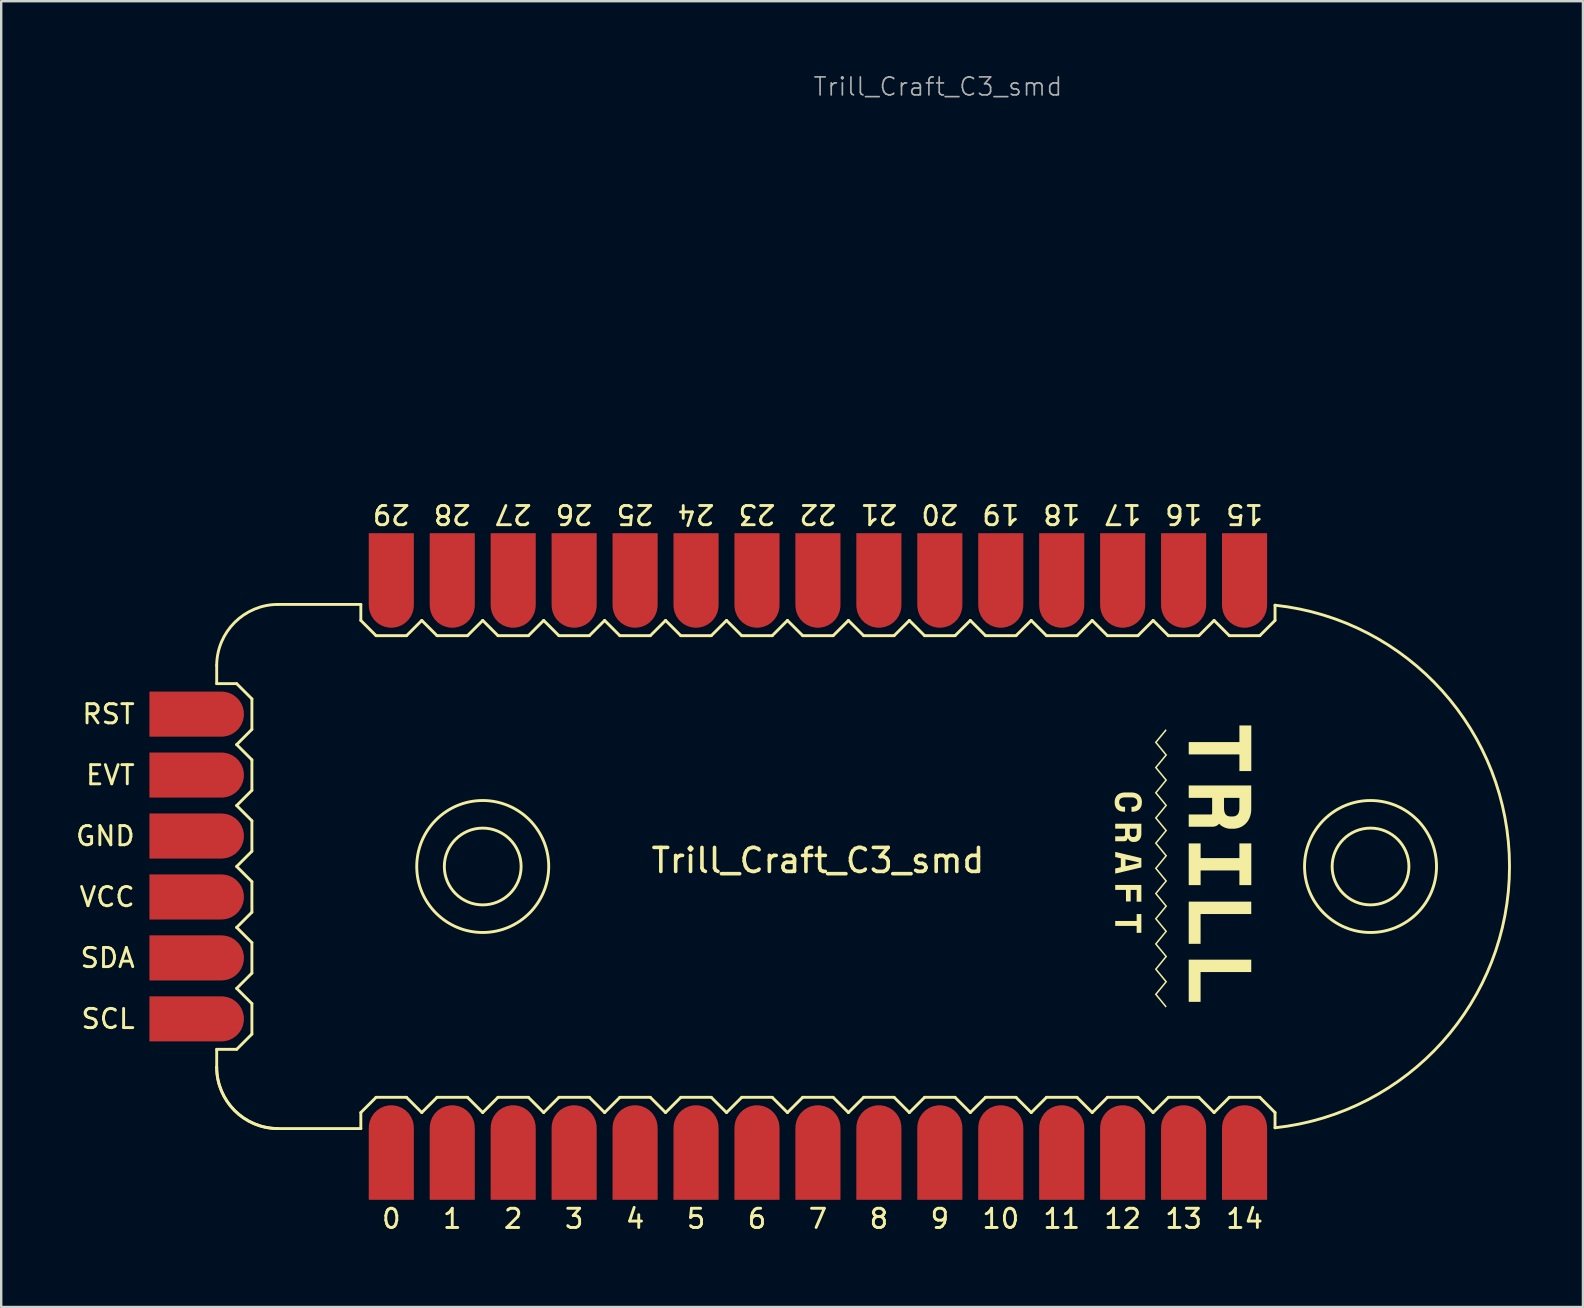
<source format=kicad_pcb>
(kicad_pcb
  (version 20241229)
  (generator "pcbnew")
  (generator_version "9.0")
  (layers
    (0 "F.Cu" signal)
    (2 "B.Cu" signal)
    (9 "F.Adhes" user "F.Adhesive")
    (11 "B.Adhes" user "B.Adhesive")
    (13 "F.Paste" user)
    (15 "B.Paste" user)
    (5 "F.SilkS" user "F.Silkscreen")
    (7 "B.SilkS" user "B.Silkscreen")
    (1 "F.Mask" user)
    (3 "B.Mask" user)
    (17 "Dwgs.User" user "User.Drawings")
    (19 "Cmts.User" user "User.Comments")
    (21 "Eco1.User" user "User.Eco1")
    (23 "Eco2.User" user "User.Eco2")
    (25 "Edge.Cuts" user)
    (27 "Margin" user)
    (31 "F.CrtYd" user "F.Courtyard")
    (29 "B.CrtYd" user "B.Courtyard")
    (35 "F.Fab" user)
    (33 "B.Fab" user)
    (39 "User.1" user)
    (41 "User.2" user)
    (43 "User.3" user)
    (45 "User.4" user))
  (footprint "Trill_Craft_C3_smd"
    (layer "F.Cu")
    (at 31.038 33.062)
    (property "Reference" "Trill_Craft_C3_smd" (at 0 -0.25 0) (unlocked yes) (layer "F.SilkS") (effects (font (size 1 1) (thickness 0.15))))
    (attr smd)
    (fp_line (start -25.057 -8.382) (end -25.057 -7.62) (stroke (width 0.12) (type default)) (layer "F.SilkS"))
    (fp_line (start -25.057 7.62) (end -25.057 8.364) (stroke (width 0.12) (type default)) (layer "F.SilkS"))
    (fp_line (start -24.225 -7.62) (end -25.057 -7.62) (stroke (width 0.12) (type solid)) (layer "F.SilkS"))
    (fp_line (start -24.225 -5.08) (end -23.59 -4.445) (stroke (width 0.12) (type solid)) (layer "F.SilkS"))
    (fp_line (start -24.225 -2.54) (end -23.59 -1.905) (stroke (width 0.12) (type solid)) (layer "F.SilkS"))
    (fp_line (start -24.225 2.54) (end -23.59 3.175) (stroke (width 0.12) (type solid)) (layer "F.SilkS"))
    (fp_line (start -24.225 5.08) (end -23.59 5.715) (stroke (width 0.12) (type solid)) (layer "F.SilkS"))
    (fp_line (start -24.225 7.62) (end -25.057 7.62) (stroke (width 0.12) (type solid)) (layer "F.SilkS"))
    (fp_line (start -23.59 -6.985) (end -24.225 -7.62) (stroke (width 0.12) (type solid)) (layer "F.SilkS"))
    (fp_line (start -23.59 -6.985) (end -23.59 -5.715) (stroke (width 0.12) (type solid)) (layer "F.SilkS"))
    (fp_line (start -23.59 -5.715) (end -24.225 -5.08) (stroke (width 0.12) (type solid)) (layer "F.SilkS"))
    (fp_line (start -23.59 -4.445) (end -23.59 -3.175) (stroke (width 0.12) (type solid)) (layer "F.SilkS"))
    (fp_line (start -23.59 -3.175) (end -24.225 -2.54) (stroke (width 0.12) (type solid)) (layer "F.SilkS"))
    (fp_line (start -23.59 -1.905) (end -23.59 -0.635) (stroke (width 0.12) (type solid)) (layer "F.SilkS"))
    (fp_line (start -23.59 -0.635) (end -24.225 0) (stroke (width 0.12) (type solid)) (layer "F.SilkS"))
    (fp_line (start -23.59 0.635) (end -24.225 0) (stroke (width 0.12) (type solid)) (layer "F.SilkS"))
    (fp_line (start -23.59 0.635) (end -23.59 1.905) (stroke (width 0.12) (type solid)) (layer "F.SilkS"))
    (fp_line (start -23.59 1.905) (end -24.225 2.54) (stroke (width 0.12) (type solid)) (layer "F.SilkS"))
    (fp_line (start -23.59 3.175) (end -23.59 4.445) (stroke (width 0.12) (type solid)) (layer "F.SilkS"))
    (fp_line (start -23.59 4.445) (end -24.225 5.08) (stroke (width 0.12) (type solid)) (layer "F.SilkS"))
    (fp_line (start -23.59 5.715) (end -23.59 6.985) (stroke (width 0.12) (type solid)) (layer "F.SilkS"))
    (fp_line (start -23.59 6.985) (end -24.225 7.62) (stroke (width 0.12) (type solid)) (layer "F.SilkS"))
    (fp_line (start -22.517 10.922) (end -19.05 10.922) (stroke (width 0.12) (type solid)) (layer "F.SilkS"))
    (fp_line (start -22.499 -10.922) (end -19.05 -10.922) (stroke (width 0.12) (type solid)) (layer "F.SilkS"))
    (fp_line (start -19.05 -10.255) (end -19.05 -10.922) (stroke (width 0.12) (type solid)) (layer "F.SilkS"))
    (fp_line (start -19.05 10.255) (end -19.05 10.922) (stroke (width 0.12) (type solid)) (layer "F.SilkS"))
    (fp_line (start -18.415 -9.62) (end -19.05 -10.255) (stroke (width 0.12) (type solid)) (layer "F.SilkS"))
    (fp_line (start -18.415 9.62) (end -19.05 10.255) (stroke (width 0.12) (type solid)) (layer "F.SilkS"))
    (fp_line (start -18.415 9.62) (end -17.145 9.62) (stroke (width 0.12) (type solid)) (layer "F.SilkS"))
    (fp_line (start -17.145 -9.62) (end -18.415 -9.62) (stroke (width 0.12) (type solid)) (layer "F.SilkS"))
    (fp_line (start -17.145 9.62) (end -16.51 10.255) (stroke (width 0.12) (type solid)) (layer "F.SilkS"))
    (fp_line (start -16.51 -10.255) (end -17.145 -9.62) (stroke (width 0.12) (type solid)) (layer "F.SilkS"))
    (fp_line (start -16.51 10.255) (end -15.875 9.62) (stroke (width 0.12) (type solid)) (layer "F.SilkS"))
    (fp_line (start -15.875 -9.62) (end -16.51 -10.255) (stroke (width 0.12) (type solid)) (layer "F.SilkS"))
    (fp_line (start -15.875 9.62) (end -14.605 9.62) (stroke (width 0.12) (type solid)) (layer "F.SilkS"))
    (fp_line (start -14.605 -9.62) (end -15.875 -9.62) (stroke (width 0.12) (type solid)) (layer "F.SilkS"))
    (fp_line (start -14.605 9.62) (end -13.97 10.255) (stroke (width 0.12) (type solid)) (layer "F.SilkS"))
    (fp_line (start -13.97 -10.255) (end -14.605 -9.62) (stroke (width 0.12) (type solid)) (layer "F.SilkS"))
    (fp_line (start -13.97 10.255) (end -13.335 9.62) (stroke (width 0.12) (type solid)) (layer "F.SilkS"))
    (fp_line (start -13.335 -9.62) (end -13.97 -10.255) (stroke (width 0.12) (type solid)) (layer "F.SilkS"))
    (fp_line (start -13.335 9.62) (end -12.065 9.62) (stroke (width 0.12) (type solid)) (layer "F.SilkS"))
    (fp_line (start -12.065 -9.62) (end -13.335 -9.62) (stroke (width 0.12) (type solid)) (layer "F.SilkS"))
    (fp_line (start -12.065 9.62) (end -11.43 10.255) (stroke (width 0.12) (type solid)) (layer "F.SilkS"))
    (fp_line (start -11.43 -10.255) (end -12.065 -9.62) (stroke (width 0.12) (type solid)) (layer "F.SilkS"))
    (fp_line (start -10.795 -9.62) (end -11.43 -10.255) (stroke (width 0.12) (type solid)) (layer "F.SilkS"))
    (fp_line (start -10.795 9.62) (end -11.43 10.255) (stroke (width 0.12) (type solid)) (layer "F.SilkS"))
    (fp_line (start -10.795 9.62) (end -9.525 9.62) (stroke (width 0.12) (type solid)) (layer "F.SilkS"))
    (fp_line (start -9.525 -9.62) (end -10.795 -9.62) (stroke (width 0.12) (type solid)) (layer "F.SilkS"))
    (fp_line (start -9.525 9.62) (end -8.89 10.255) (stroke (width 0.12) (type solid)) (layer "F.SilkS"))
    (fp_line (start -8.89 -10.255) (end -9.525 -9.62) (stroke (width 0.12) (type solid)) (layer "F.SilkS"))
    (fp_line (start -8.89 10.255) (end -8.255 9.62) (stroke (width 0.12) (type solid)) (layer "F.SilkS"))
    (fp_line (start -8.255 -9.62) (end -8.89 -10.255) (stroke (width 0.12) (type solid)) (layer "F.SilkS"))
    (fp_line (start -8.255 9.62) (end -6.985 9.62) (stroke (width 0.12) (type solid)) (layer "F.SilkS"))
    (fp_line (start -6.985 -9.62) (end -8.255 -9.62) (stroke (width 0.12) (type solid)) (layer "F.SilkS"))
    (fp_line (start -6.985 -9.62) (end -6.35 -10.255) (stroke (width 0.12) (type solid)) (layer "F.SilkS"))
    (fp_line (start -6.985 9.62) (end -6.35 10.255) (stroke (width 0.12) (type solid)) (layer "F.SilkS"))
    (fp_line (start -6.35 10.255) (end -5.715 9.62) (stroke (width 0.12) (type solid)) (layer "F.SilkS"))
    (fp_line (start -5.715 -9.62) (end -6.35 -10.255) (stroke (width 0.12) (type solid)) (layer "F.SilkS"))
    (fp_line (start -5.715 9.62) (end -4.445 9.62) (stroke (width 0.12) (type solid)) (layer "F.SilkS"))
    (fp_line (start -4.445 -9.62) (end -5.715 -9.62) (stroke (width 0.12) (type solid)) (layer "F.SilkS"))
    (fp_line (start -4.445 9.62) (end -3.81 10.255) (stroke (width 0.12) (type solid)) (layer "F.SilkS"))
    (fp_line (start -3.81 -10.255) (end -4.445 -9.62) (stroke (width 0.12) (type solid)) (layer "F.SilkS"))
    (fp_line (start -3.175 -9.62) (end -3.81 -10.255) (stroke (width 0.12) (type solid)) (layer "F.SilkS"))
    (fp_line (start -3.175 9.62) (end -3.81 10.255) (stroke (width 0.12) (type solid)) (layer "F.SilkS"))
    (fp_line (start -3.175 9.62) (end -1.905 9.62) (stroke (width 0.12) (type solid)) (layer "F.SilkS"))
    (fp_line (start -1.905 -9.62) (end -3.175 -9.62) (stroke (width 0.12) (type solid)) (layer "F.SilkS"))
    (fp_line (start -1.905 9.62) (end -1.27 10.255) (stroke (width 0.12) (type solid)) (layer "F.SilkS"))
    (fp_line (start -1.27 -10.255) (end -1.905 -9.62) (stroke (width 0.12) (type solid)) (layer "F.SilkS"))
    (fp_line (start -0.635 -9.62) (end -1.27 -10.255) (stroke (width 0.12) (type solid)) (layer "F.SilkS"))
    (fp_line (start -0.635 9.62) (end -1.27 10.255) (stroke (width 0.12) (type solid)) (layer "F.SilkS"))
    (fp_line (start -0.635 9.62) (end 0.635 9.62) (stroke (width 0.12) (type solid)) (layer "F.SilkS"))
    (fp_line (start 0.635 -9.62) (end -0.635 -9.62) (stroke (width 0.12) (type solid)) (layer "F.SilkS"))
    (fp_line (start 0.635 -9.62) (end 1.27 -10.255) (stroke (width 0.12) (type solid)) (layer "F.SilkS"))
    (fp_line (start 0.635 9.62) (end 1.27 10.255) (stroke (width 0.12) (type solid)) (layer "F.SilkS"))
    (fp_line (start 1.27 10.255) (end 1.905 9.62) (stroke (width 0.12) (type solid)) (layer "F.SilkS"))
    (fp_line (start 1.905 -9.62) (end 1.27 -10.255) (stroke (width 0.12) (type solid)) (layer "F.SilkS"))
    (fp_line (start 1.905 9.62) (end 3.175 9.62) (stroke (width 0.12) (type solid)) (layer "F.SilkS"))
    (fp_line (start 3.175 -9.62) (end 1.905 -9.62) (stroke (width 0.12) (type solid)) (layer "F.SilkS"))
    (fp_line (start 3.175 -9.62) (end 3.81 -10.255) (stroke (width 0.12) (type solid)) (layer "F.SilkS"))
    (fp_line (start 3.175 9.62) (end 3.81 10.255) (stroke (width 0.12) (type solid)) (layer "F.SilkS"))
    (fp_line (start 3.81 10.255) (end 4.445 9.62) (stroke (width 0.12) (type solid)) (layer "F.SilkS"))
    (fp_line (start 4.445 -9.62) (end 3.81 -10.255) (stroke (width 0.12) (type solid)) (layer "F.SilkS"))
    (fp_line (start 4.445 9.62) (end 5.715 9.62) (stroke (width 0.12) (type solid)) (layer "F.SilkS"))
    (fp_line (start 5.715 -9.62) (end 4.445 -9.62) (stroke (width 0.12) (type solid)) (layer "F.SilkS"))
    (fp_line (start 5.715 9.62) (end 6.35 10.255) (stroke (width 0.12) (type solid)) (layer "F.SilkS"))
    (fp_line (start 6.35 -10.255) (end 5.715 -9.62) (stroke (width 0.12) (type solid)) (layer "F.SilkS"))
    (fp_line (start 6.985 -9.62) (end 6.35 -10.255) (stroke (width 0.12) (type solid)) (layer "F.SilkS"))
    (fp_line (start 6.985 9.62) (end 6.35 10.255) (stroke (width 0.12) (type solid)) (layer "F.SilkS"))
    (fp_line (start 6.985 9.62) (end 8.255 9.62) (stroke (width 0.12) (type solid)) (layer "F.SilkS"))
    (fp_line (start 8.255 -9.62) (end 6.985 -9.62) (stroke (width 0.12) (type solid)) (layer "F.SilkS"))
    (fp_line (start 8.255 9.62) (end 8.89 10.255) (stroke (width 0.12) (type solid)) (layer "F.SilkS"))
    (fp_line (start 8.89 -10.255) (end 8.255 -9.62) (stroke (width 0.12) (type solid)) (layer "F.SilkS"))
    (fp_line (start 8.89 10.255) (end 9.525 9.62) (stroke (width 0.12) (type solid)) (layer "F.SilkS"))
    (fp_line (start 9.525 -9.62) (end 8.89 -10.255) (stroke (width 0.12) (type solid)) (layer "F.SilkS"))
    (fp_line (start 9.525 9.62) (end 10.795 9.62) (stroke (width 0.12) (type solid)) (layer "F.SilkS"))
    (fp_line (start 10.795 -9.62) (end 9.525 -9.62) (stroke (width 0.12) (type solid)) (layer "F.SilkS"))
    (fp_line (start 10.795 -9.62) (end 11.43 -10.255) (stroke (width 0.12) (type solid)) (layer "F.SilkS"))
    (fp_line (start 10.795 9.62) (end 11.43 10.255) (stroke (width 0.12) (type solid)) (layer "F.SilkS"))
    (fp_line (start 11.43 10.255) (end 12.065 9.62) (stroke (width 0.12) (type solid)) (layer "F.SilkS"))
    (fp_line (start 12.065 -9.62) (end 11.43 -10.255) (stroke (width 0.12) (type solid)) (layer "F.SilkS"))
    (fp_line (start 12.065 9.62) (end 13.335 9.62) (stroke (width 0.12) (type solid)) (layer "F.SilkS"))
    (fp_line (start 13.335 -9.62) (end 12.065 -9.62) (stroke (width 0.12) (type solid)) (layer "F.SilkS"))
    (fp_line (start 13.335 9.62) (end 13.97 10.255) (stroke (width 0.12) (type solid)) (layer "F.SilkS"))
    (fp_line (start 13.97 -10.255) (end 13.335 -9.62) (stroke (width 0.12) (type solid)) (layer "F.SilkS"))
    (fp_line (start 13.97 10.255) (end 14.605 9.62) (stroke (width 0.12) (type solid)) (layer "F.SilkS"))
    (fp_line (start 14.605 -9.62) (end 13.97 -10.255) (stroke (width 0.12) (type solid)) (layer "F.SilkS"))
    (fp_line (start 14.605 9.62) (end 15.875 9.62) (stroke (width 0.12) (type solid)) (layer "F.SilkS"))
    (fp_line (start 15.875 -9.62) (end 14.605 -9.62) (stroke (width 0.12) (type solid)) (layer "F.SilkS"))
    (fp_line (start 15.875 9.62) (end 16.51 10.255) (stroke (width 0.12) (type solid)) (layer "F.SilkS"))
    (fp_line (start 16.51 -10.255) (end 15.875 -9.62) (stroke (width 0.12) (type solid)) (layer "F.SilkS"))
    (fp_line (start 16.51 10.255) (end 17.145 9.62) (stroke (width 0.12) (type solid)) (layer "F.SilkS"))
    (fp_line (start 17.145 -9.62) (end 16.51 -10.255) (stroke (width 0.12) (type solid)) (layer "F.SilkS"))
    (fp_line (start 17.145 9.62) (end 18.415 9.62) (stroke (width 0.12) (type solid)) (layer "F.SilkS"))
    (fp_line (start 18.415 -9.62) (end 17.145 -9.62) (stroke (width 0.12) (type solid)) (layer "F.SilkS"))
    (fp_line (start 18.415 -9.62) (end 19.05 -10.255) (stroke (width 0.12) (type solid)) (layer "F.SilkS"))
    (fp_line (start 18.415 9.62) (end 19.05 10.255) (stroke (width 0.12) (type solid)) (layer "F.SilkS"))
    (fp_line (start 19.05 -10.255) (end 19.05 -10.89) (stroke (width 0.12) (type solid)) (layer "F.SilkS"))
    (fp_line (start 19.05 10.255) (end 19.05 10.89) (stroke (width 0.12) (type solid)) (layer "F.SilkS"))
    (fp_arc (start -25.0571 -8.382) (mid -24.301485 -10.17914) (end -22.499034 -10.922) (stroke (width 0.12) (type solid)) (layer "F.SilkS"))
    (fp_arc (start -22.5171 10.922) (mid -24.31424 10.166385) (end -25.0571 8.363934) (stroke (width 0.12) (type solid)) (layer "F.SilkS"))
    (fp_arc (start -22.5171 10.922) (mid -24.31424 10.166385) (end -25.0571 8.363934) (stroke (width 0.12) (type solid)) (layer "F.SilkS"))
    (fp_arc (start 19.05 -10.89) (mid 28.822762 0) (end 19.05 10.89) (stroke (width 0.12) (type solid)) (layer "F.SilkS"))
    (fp_circle (center -13.97 0) (end -12.37 0) (stroke (width 0.12) (type solid)) (fill no) (layer "F.SilkS"))
    (fp_circle (center -13.97 0) (end -11.22 0) (stroke (width 0.12) (type solid)) (fill no) (layer "F.SilkS"))
    (fp_circle (center 23.03 0) (end 24.63 0) (stroke (width 0.12) (type solid)) (fill no) (layer "F.SilkS"))
    (fp_circle (center 23.03 0) (end 25.78 0) (stroke (width 0.12) (type solid)) (fill no) (layer "F.SilkS"))
    (fp_poly (pts (xy 15.453 -4.671) (xy 15.453 -4.671) (xy 15.453 -4.669)) (stroke (width 0) (type solid)) (fill yes) (layer "F.SilkS"))
    (fp_poly (pts (xy 15.947 1.981) (xy 15.947 3.223) (xy 15.453 3.223) (xy 15.453 1.464) (xy 18.059 1.464) (xy 18.059 1.981)) (stroke (width 0) (type solid)) (fill yes) (layer "F.SilkS"))
    (fp_poly (pts (xy 15.947 4.399) (xy 15.947 5.641) (xy 15.453 5.641) (xy 15.453 3.883) (xy 18.059 3.883) (xy 18.059 4.399)) (stroke (width 0) (type solid)) (fill yes) (layer "F.SilkS"))
    (fp_poly (pts (xy 17.565 -3.977) (xy 17.565 -4.671) (xy 15.453 -4.671) (xy 15.453 -5.185) (xy 17.565 -5.185) (xy 17.565 -5.878) (xy 18.061 -5.878) (xy 18.061 -3.977)) (stroke (width 0) (type solid)) (fill yes) (layer "F.SilkS"))
    (fp_poly (pts (xy 13.283 2.765) (xy 13.283 2.476) (xy 12.389 2.476) (xy 12.389 2.27) (xy 13.283 2.27) (xy 13.283 1.981) (xy 13.479 1.981) (xy 13.479 1.981) (xy 13.479 2.765)) (stroke (width 0) (type solid)) (fill yes) (layer "F.SilkS"))
    (fp_poly (pts (xy 13.283 1.467) (xy 13.283 0.975) (xy 13.034 0.975) (xy 13.034 1.458) (xy 12.838 1.458) (xy 12.838 0.975) (xy 12.389 0.975) (xy 12.389 0.769) (xy 13.479 0.769) (xy 13.479 1.467)) (stroke (width 0) (type solid)) (fill yes) (layer "F.SilkS"))
    (fp_poly (pts (xy 17.565 0.776) (xy 17.565 0.165) (xy 15.949 0.165) (xy 15.949 0.776) (xy 15.453 0.776) (xy 15.453 -0.962) (xy 15.949 -0.962) (xy 15.949 -0.35) (xy 17.565 -0.35) (xy 17.565 -0.962) (xy 18.061 -0.962) (xy 18.061 0.776)) (stroke (width 0) (type solid)) (fill yes) (layer "F.SilkS"))
    (fp_poly (pts (xy 12.389 0.297) (xy 12.389 0.083) (xy 12.623 0.03) (xy 12.623 -0.341) (xy 12.389 -0.394) (xy 12.389 -0.609) (xy 12.819 -0.506) (xy 12.819 -0.297) (xy 12.819 -0.015) (xy 13.376 -0.142) (xy 13.376 -0.17) (xy 12.819 -0.297) (xy 12.819 -0.506) (xy 13.479 -0.349) (xy 13.479 0.038)) (stroke (width 0) (type solid)) (fill yes) (layer "F.SilkS"))
    (fp_poly (pts (xy 14.123 5.328) (xy 14.534 5.831) (xy 14.491 5.878) (xy 14.04 5.328) (xy 14.471 4.803) (xy 14.04 4.279) (xy 14.471 3.752) (xy 14.04 3.228) (xy 14.471 2.702) (xy 14.04 2.177) (xy 14.471 1.652) (xy 14.04 1.127) (xy 14.471 0.603) (xy 14.04 0.076) (xy 14.471 -0.448) (xy 14.04 -0.973) (xy 14.471 -1.499) (xy 14.04 -2.024) (xy 14.471 -2.548) (xy 14.04 -3.073) (xy 14.471 -3.6) (xy 14.04 -4.124) (xy 14.471 -4.648) (xy 14.04 -5.175) (xy 14.491 -5.724) (xy 14.534 -5.675) (xy 14.123 -5.175) (xy 14.554 -4.648) (xy 14.123 -4.124) (xy 14.554 -3.6) (xy 14.123 -3.073) (xy 14.554 -2.548) (xy 14.123 -2.024) (xy 14.554 -1.499) (xy 14.123 -0.973) (xy 14.554 -0.448) (xy 14.123 0.076) (xy 14.554 0.603) (xy 14.123 1.127) (xy 14.554 1.652) (xy 14.123 2.177) (xy 14.554 2.702) (xy 14.123 3.228) (xy 14.554 3.752) (xy 14.123 4.279) (xy 14.554 4.803)) (stroke (width 0) (type solid)) (fill yes) (layer "F.SilkS"))
    (fp_poly (pts (xy 18.058 -2.364) (xy 18.055 -2.315) (xy 18.051 -2.267) (xy 18.047 -2.244) (xy 18.044 -2.221) (xy 18.04 -2.199) (xy 18.035 -2.177) (xy 18.03 -2.155) (xy 18.025 -2.134) (xy 18.019 -2.114) (xy 18.012 -2.093) (xy 18.005 -2.074) (xy 17.998 -2.054) (xy 17.99 -2.035) (xy 17.982 -2.015) (xy 17.974 -1.997) (xy 17.965 -1.978) (xy 17.956 -1.96) (xy 17.946 -1.943) (xy 17.936 -1.926) (xy 17.926 -1.909) (xy 17.916 -1.893) (xy 17.905 -1.877) (xy 17.893 -1.862) (xy 17.882 -1.847) (xy 17.87 -1.832) (xy 17.857 -1.818) (xy 17.844 -1.804) (xy 17.831 -1.79) (xy 17.818 -1.777) (xy 17.804 -1.764) (xy 17.79 -1.752) (xy 17.776 -1.74) (xy 17.762 -1.728) (xy 17.747 -1.717) (xy 17.732 -1.706) (xy 17.717 -1.696) (xy 17.701 -1.686) (xy 17.686 -1.676) (xy 17.67 -1.667) (xy 17.653 -1.658) (xy 17.637 -1.65) (xy 17.62 -1.642) (xy 17.603 -1.635) (xy 17.585 -1.628) (xy 17.568 -1.621) (xy 17.551 -1.615) (xy 17.533 -1.609) (xy 17.516 -1.604) (xy 17.498 -1.599) (xy 17.48 -1.594) (xy 17.462 -1.59) (xy 17.444 -1.587) (xy 17.426 -1.584) (xy 17.408 -1.581) (xy 17.389 -1.579) (xy 17.371 -1.577) (xy 17.352 -1.576) (xy 17.334 -1.575) (xy 17.315 -1.574) (xy 17.296 -1.574) (xy 17.195 -1.574) (xy 17.175 -1.574) (xy 17.155 -1.575) (xy 17.135 -1.577) (xy 17.114 -1.579) (xy 17.094 -1.583) (xy 17.074 -1.586) (xy 17.054 -1.591) (xy 17.034 -1.596) (xy 17.014 -1.602) (xy 16.994 -1.608) (xy 16.974 -1.615) (xy 16.954 -1.623) (xy 16.934 -1.632) (xy 16.914 -1.641) (xy 16.894 -1.651) (xy 16.874 -1.662) (xy 16.863 -1.668) (xy 16.852 -1.674) (xy 16.841 -1.681) (xy 16.831 -1.688) (xy 16.821 -1.695) (xy 16.811 -1.702) (xy 16.801 -1.709) (xy 16.791 -1.717) (xy 16.782 -1.725) (xy 16.773 -1.733) (xy 16.764 -1.741) (xy 16.755 -1.75) (xy 16.746 -1.758) (xy 16.738 -1.767) (xy 16.729 -1.776) (xy 16.721 -1.786) (xy 16.717 -1.78) (xy 16.712 -1.775) (xy 16.707 -1.77) (xy 16.702 -1.764) (xy 16.697 -1.759) (xy 16.691 -1.754) (xy 16.681 -1.743) (xy 16.668 -1.733) (xy 16.655 -1.723) (xy 16.642 -1.714) (xy 16.628 -1.706) (xy 16.613 -1.698) (xy 16.598 -1.691) (xy 16.583 -1.684) (xy 16.566 -1.678) (xy 16.55 -1.673) (xy 16.533 -1.669) (xy 16.515 -1.665) (xy 16.497 -1.662) (xy 16.479 -1.659) (xy 16.46 -1.658) (xy 16.44 -1.657) (xy 16.42 -1.656) (xy 15.453 -1.656) (xy 15.453 -1.652) (xy 15.453 -1.652) (xy 15.453 -2.168) (xy 16.362 -2.168) (xy 16.367 -2.168) (xy 16.372 -2.168) (xy 16.377 -2.168) (xy 16.381 -2.168) (xy 16.386 -2.169) (xy 16.39 -2.169) (xy 16.394 -2.17) (xy 16.398 -2.171) (xy 16.401 -2.171) (xy 16.405 -2.172) (xy 16.408 -2.173) (xy 16.411 -2.175) (xy 16.414 -2.176) (xy 16.416 -2.177) (xy 16.418 -2.179) (xy 16.42 -2.18) (xy 16.421 -2.182) (xy 16.422 -2.186) (xy 16.423 -2.188) (xy 16.424 -2.191) (xy 16.424 -2.194) (xy 16.425 -2.197) (xy 16.426 -2.201) (xy 16.426 -2.205) (xy 16.427 -2.209) (xy 16.427 -2.214) (xy 16.428 -2.219) (xy 16.428 -2.225) (xy 16.428 -2.231) (xy 16.429 -2.237) (xy 16.429 -2.861) (xy 15.453 -2.861) (xy 15.453 -3.378) (xy 16.924 -3.378) (xy 16.924 -2.86) (xy 16.924 -2.444) (xy 16.925 -2.42) (xy 16.925 -2.397) (xy 16.927 -2.375) (xy 16.929 -2.354) (xy 16.932 -2.333) (xy 16.935 -2.313) (xy 16.939 -2.294) (xy 16.943 -2.276) (xy 16.948 -2.259) (xy 16.954 -2.242) (xy 16.96 -2.227) (xy 16.967 -2.212) (xy 16.974 -2.198) (xy 16.982 -2.185) (xy 16.991 -2.173) (xy 17 -2.162) (xy 17.009 -2.153) (xy 17.018 -2.144) (xy 17.029 -2.135) (xy 17.04 -2.128) (xy 17.051 -2.121) (xy 17.063 -2.114) (xy 17.076 -2.109) (xy 17.089 -2.104) (xy 17.103 -2.099) (xy 17.117 -2.095) (xy 17.132 -2.092) (xy 17.148 -2.089) (xy 17.165 -2.087) (xy 17.182 -2.086) (xy 17.199 -2.085) (xy 17.218 -2.084) (xy 17.279 -2.084) (xy 17.295 -2.085) (xy 17.311 -2.086) (xy 17.326 -2.087) (xy 17.34 -2.09) (xy 17.355 -2.092) (xy 17.369 -2.096) (xy 17.382 -2.1) (xy 17.395 -2.105) (xy 17.408 -2.11) (xy 17.42 -2.116) (xy 17.432 -2.123) (xy 17.443 -2.13) (xy 17.454 -2.138) (xy 17.465 -2.147) (xy 17.476 -2.156) (xy 17.486 -2.166) (xy 17.495 -2.177) (xy 17.504 -2.189) (xy 17.513 -2.201) (xy 17.52 -2.215) (xy 17.528 -2.229) (xy 17.534 -2.245) (xy 17.54 -2.261) (xy 17.545 -2.278) (xy 17.55 -2.296) (xy 17.554 -2.315) (xy 17.557 -2.334) (xy 17.56 -2.355) (xy 17.562 -2.376) (xy 17.564 -2.398) (xy 17.565 -2.421) (xy 17.565 -2.444) (xy 17.565 -2.86) (xy 16.924 -2.86) (xy 16.924 -3.378) (xy 18.059 -3.378) (xy 18.059 -2.414)) (stroke (width 0) (type solid)) (fill yes) (layer "F.SilkS"))
    (fp_poly (pts (xy 13.479 -1.345) (xy 13.478 -1.325) (xy 13.476 -1.305) (xy 13.473 -1.286) (xy 13.47 -1.268) (xy 13.468 -1.259) (xy 13.466 -1.251) (xy 13.464 -1.242) (xy 13.461 -1.234) (xy 13.459 -1.226) (xy 13.456 -1.218) (xy 13.453 -1.21) (xy 13.45 -1.202) (xy 13.447 -1.194) (xy 13.443 -1.187) (xy 13.44 -1.18) (xy 13.436 -1.173) (xy 13.432 -1.166) (xy 13.428 -1.159) (xy 13.424 -1.152) (xy 13.42 -1.146) (xy 13.415 -1.14) (xy 13.411 -1.134) (xy 13.406 -1.128) (xy 13.401 -1.122) (xy 13.396 -1.116) (xy 13.391 -1.111) (xy 13.386 -1.106) (xy 13.381 -1.101) (xy 13.375 -1.096) (xy 13.37 -1.091) (xy 13.364 -1.086) (xy 13.359 -1.082) (xy 13.353 -1.077) (xy 13.347 -1.073) (xy 13.341 -1.069) (xy 13.335 -1.065) (xy 13.328 -1.062) (xy 13.322 -1.058) (xy 13.315 -1.055) (xy 13.309 -1.051) (xy 13.302 -1.048) (xy 13.296 -1.045) (xy 13.289 -1.043) (xy 13.282 -1.04) (xy 13.275 -1.038) (xy 13.268 -1.036) (xy 13.261 -1.034) (xy 13.254 -1.032) (xy 13.246 -1.03) (xy 13.239 -1.029) (xy 13.232 -1.027) (xy 13.224 -1.026) (xy 13.217 -1.025) (xy 13.209 -1.024) (xy 13.202 -1.024) (xy 13.194 -1.023) (xy 13.186 -1.023) (xy 13.179 -1.023) (xy 13.141 -1.023) (xy 13.133 -1.023) (xy 13.125 -1.023) (xy 13.117 -1.024) (xy 13.108 -1.025) (xy 13.1 -1.026) (xy 13.092 -1.028) (xy 13.084 -1.03) (xy 13.076 -1.032) (xy 13.069 -1.034) (xy 13.061 -1.037) (xy 13.053 -1.04) (xy 13.046 -1.043) (xy 13.038 -1.047) (xy 13.031 -1.05) (xy 13.023 -1.054) (xy 13.016 -1.059) (xy 13.009 -1.063) (xy 13.002 -1.068) (xy 12.995 -1.074) (xy 12.988 -1.079) (xy 12.982 -1.085) (xy 12.976 -1.091) (xy 12.97 -1.098) (xy 12.964 -1.104) (xy 12.959 -1.111) (xy 12.954 -1.119) (xy 12.949 -1.126) (xy 12.944 -1.134) (xy 12.939 -1.143) (xy 12.935 -1.151) (xy 12.931 -1.16) (xy 12.927 -1.169) (xy 12.898 -1.169) (xy 12.897 -1.163) (xy 12.896 -1.156) (xy 12.895 -1.15) (xy 12.893 -1.143) (xy 12.892 -1.137) (xy 12.889 -1.131) (xy 12.887 -1.126) (xy 12.885 -1.12) (xy 12.882 -1.115) (xy 12.879 -1.11) (xy 12.876 -1.105) (xy 12.872 -1.1) (xy 12.869 -1.095) (xy 12.865 -1.091) (xy 12.861 -1.087) (xy 12.856 -1.083) (xy 12.852 -1.079) (xy 12.847 -1.075) (xy 12.842 -1.072) (xy 12.837 -1.069) (xy 12.832 -1.066) (xy 12.827 -1.063) (xy 12.821 -1.061) (xy 12.816 -1.059) (xy 12.81 -1.057) (xy 12.804 -1.055) (xy 12.798 -1.054) (xy 12.792 -1.053) (xy 12.786 -1.052) (xy 12.779 -1.051) (xy 12.773 -1.051) (xy 12.766 -1.051) (xy 12.389 -1.051) (xy 12.389 -1.256) (xy 12.716 -1.256) (xy 12.721 -1.257) (xy 12.725 -1.257) (xy 12.73 -1.257) (xy 12.734 -1.258) (xy 12.738 -1.258) (xy 12.742 -1.259) (xy 12.746 -1.26) (xy 12.75 -1.261) (xy 12.754 -1.263) (xy 12.757 -1.264) (xy 12.761 -1.266) (xy 12.764 -1.267) (xy 12.768 -1.269) (xy 12.771 -1.271) (xy 12.774 -1.274) (xy 12.777 -1.276) (xy 12.78 -1.278) (xy 12.782 -1.281) (xy 12.785 -1.284) (xy 12.787 -1.287) (xy 12.789 -1.29) (xy 12.791 -1.294) (xy 12.793 -1.298) (xy 12.795 -1.302) (xy 12.796 -1.306) (xy 12.797 -1.31) (xy 12.798 -1.315) (xy 12.799 -1.319) (xy 12.8 -1.324) (xy 12.8 -1.33) (xy 12.8 -1.335) (xy 12.8 -1.34) (xy 12.8 -1.577) (xy 12.389 -1.577) (xy 12.389 -1.783) (xy 12.997 -1.783) (xy 12.997 -1.577) (xy 12.997 -1.381) (xy 12.997 -1.372) (xy 12.997 -1.363) (xy 12.998 -1.354) (xy 12.999 -1.346) (xy 13 -1.338) (xy 13.001 -1.33) (xy 13.003 -1.322) (xy 13.005 -1.315) (xy 13.008 -1.308) (xy 13.01 -1.302) (xy 13.013 -1.295) (xy 13.016 -1.289) (xy 13.02 -1.283) (xy 13.023 -1.278) (xy 13.027 -1.272) (xy 13.032 -1.267) (xy 13.036 -1.263) (xy 13.041 -1.258) (xy 13.046 -1.254) (xy 13.051 -1.25) (xy 13.056 -1.247) (xy 13.062 -1.244) (xy 13.068 -1.241) (xy 13.074 -1.238) (xy 13.08 -1.236) (xy 13.087 -1.234) (xy 13.093 -1.232) (xy 13.1 -1.231) (xy 13.107 -1.23) (xy 13.115 -1.229) (xy 13.122 -1.229) (xy 13.13 -1.229) (xy 13.149 -1.229) (xy 13.156 -1.229) (xy 13.162 -1.229) (xy 13.169 -1.23) (xy 13.175 -1.231) (xy 13.182 -1.232) (xy 13.188 -1.234) (xy 13.194 -1.236) (xy 13.2 -1.238) (xy 13.206 -1.241) (xy 13.211 -1.244) (xy 13.217 -1.247) (xy 13.222 -1.25) (xy 13.228 -1.254) (xy 13.233 -1.258) (xy 13.238 -1.263) (xy 13.243 -1.267) (xy 13.248 -1.272) (xy 13.253 -1.278) (xy 13.257 -1.283) (xy 13.261 -1.289) (xy 13.264 -1.295) (xy 13.267 -1.302) (xy 13.27 -1.308) (xy 13.273 -1.315) (xy 13.275 -1.322) (xy 13.277 -1.33) (xy 13.279 -1.338) (xy 13.281 -1.346) (xy 13.282 -1.354) (xy 13.282 -1.363) (xy 13.283 -1.372) (xy 13.283 -1.381) (xy 13.283 -1.577) (xy 12.997 -1.577) (xy 12.997 -1.783) (xy 13.479 -1.783) (xy 13.479 -1.365)) (stroke (width 0) (type solid)) (fill yes) (layer "F.SilkS"))
    (fp_poly (pts (xy 13.501 -2.657) (xy 13.499 -2.634) (xy 13.497 -2.612) (xy 13.494 -2.59) (xy 13.492 -2.579) (xy 13.49 -2.569) (xy 13.488 -2.559) (xy 13.485 -2.548) (xy 13.483 -2.539) (xy 13.48 -2.529) (xy 13.476 -2.519) (xy 13.473 -2.51) (xy 13.469 -2.501) (xy 13.466 -2.491) (xy 13.462 -2.483) (xy 13.457 -2.474) (xy 13.453 -2.465) (xy 13.449 -2.457) (xy 13.444 -2.449) (xy 13.439 -2.441) (xy 13.434 -2.433) (xy 13.428 -2.426) (xy 13.423 -2.418) (xy 13.417 -2.411) (xy 13.411 -2.404) (xy 13.405 -2.397) (xy 13.399 -2.391) (xy 13.392 -2.384) (xy 13.385 -2.378) (xy 13.379 -2.372) (xy 13.372 -2.366) (xy 13.364 -2.361) (xy 13.357 -2.355) (xy 13.349 -2.35) (xy 13.342 -2.345) (xy 13.334 -2.34) (xy 13.326 -2.336) (xy 13.317 -2.331) (xy 13.309 -2.327) (xy 13.3 -2.323) (xy 13.292 -2.319) (xy 13.283 -2.315) (xy 13.274 -2.311) (xy 13.264 -2.308) (xy 13.255 -2.305) (xy 13.246 -2.302) (xy 13.236 -2.299) (xy 13.226 -2.297) (xy 13.216 -2.295) (xy 13.206 -2.293) (xy 13.196 -2.291) (xy 13.185 -2.289) (xy 13.174 -2.288) (xy 13.164 -2.286) (xy 13.153 -2.285) (xy 13.142 -2.284) (xy 13.119 -2.283) (xy 13.096 -2.283) (xy 13.068 -2.283) (xy 13.068 -2.488) (xy 13.096 -2.488) (xy 13.106 -2.488) (xy 13.116 -2.489) (xy 13.126 -2.489) (xy 13.135 -2.49) (xy 13.145 -2.492) (xy 13.155 -2.493) (xy 13.164 -2.495) (xy 13.174 -2.497) (xy 13.184 -2.5) (xy 13.188 -2.501) (xy 13.193 -2.503) (xy 13.198 -2.504) (xy 13.202 -2.506) (xy 13.207 -2.508) (xy 13.211 -2.51) (xy 13.215 -2.512) (xy 13.22 -2.514) (xy 13.224 -2.516) (xy 13.228 -2.518) (xy 13.232 -2.521) (xy 13.236 -2.523) (xy 13.24 -2.526) (xy 13.244 -2.529) (xy 13.248 -2.531) (xy 13.252 -2.534) (xy 13.256 -2.537) (xy 13.259 -2.54) (xy 13.263 -2.544) (xy 13.266 -2.547) (xy 13.269 -2.551) (xy 13.272 -2.554) (xy 13.276 -2.558) (xy 13.279 -2.562) (xy 13.282 -2.566) (xy 13.284 -2.57) (xy 13.287 -2.574) (xy 13.29 -2.578) (xy 13.292 -2.583) (xy 13.295 -2.587) (xy 13.297 -2.592) (xy 13.299 -2.597) (xy 13.301 -2.602) (xy 13.303 -2.607) (xy 13.305 -2.613) (xy 13.307 -2.618) (xy 13.308 -2.624) (xy 13.309 -2.63) (xy 13.311 -2.636) (xy 13.312 -2.642) (xy 13.312 -2.648) (xy 13.313 -2.654) (xy 13.314 -2.661) (xy 13.314 -2.667) (xy 13.314 -2.674) (xy 13.314 -2.681) (xy 13.314 -2.687) (xy 13.314 -2.694) (xy 13.314 -2.7) (xy 13.313 -2.706) (xy 13.312 -2.712) (xy 13.311 -2.718) (xy 13.311 -2.723) (xy 13.309 -2.729) (xy 13.308 -2.734) (xy 13.307 -2.74) (xy 13.305 -2.745) (xy 13.303 -2.75) (xy 13.301 -2.755) (xy 13.299 -2.76) (xy 13.297 -2.765) (xy 13.295 -2.77) (xy 13.292 -2.774) (xy 13.29 -2.779) (xy 13.287 -2.783) (xy 13.284 -2.788) (xy 13.281 -2.792) (xy 13.278 -2.796) (xy 13.275 -2.8) (xy 13.272 -2.804) (xy 13.269 -2.808) (xy 13.265 -2.812) (xy 13.261 -2.815) (xy 13.258 -2.819) (xy 13.254 -2.822) (xy 13.25 -2.825) (xy 13.246 -2.829) (xy 13.242 -2.832) (xy 13.238 -2.835) (xy 13.233 -2.838) (xy 13.229 -2.841) (xy 13.224 -2.844) (xy 13.22 -2.846) (xy 13.215 -2.849) (xy 13.211 -2.851) (xy 13.206 -2.854) (xy 13.201 -2.856) (xy 13.196 -2.858) (xy 13.191 -2.86) (xy 13.185 -2.862) (xy 13.18 -2.864) (xy 13.175 -2.866) (xy 13.169 -2.867) (xy 13.164 -2.869) (xy 13.153 -2.872) (xy 13.142 -2.874) (xy 13.13 -2.876) (xy 13.119 -2.877) (xy 13.107 -2.879) (xy 13.095 -2.88) (xy 13.083 -2.88) (xy 13.071 -2.88) (xy 12.797 -2.88) (xy 12.784 -2.88) (xy 12.772 -2.88) (xy 12.759 -2.879) (xy 12.747 -2.878) (xy 12.735 -2.876) (xy 12.723 -2.874) (xy 12.711 -2.872) (xy 12.7 -2.869) (xy 12.695 -2.868) (xy 12.689 -2.866) (xy 12.684 -2.865) (xy 12.679 -2.863) (xy 12.674 -2.861) (xy 12.668 -2.86) (xy 12.664 -2.858) (xy 12.659 -2.856) (xy 12.654 -2.853) (xy 12.649 -2.851) (xy 12.645 -2.849) (xy 12.64 -2.846) (xy 12.636 -2.844) (xy 12.631 -2.841) (xy 12.627 -2.838) (xy 12.623 -2.836) (xy 12.619 -2.832) (xy 12.615 -2.829) (xy 12.611 -2.826) (xy 12.608 -2.823) (xy 12.604 -2.819) (xy 12.601 -2.816) (xy 12.597 -2.812) (xy 12.594 -2.808) (xy 12.591 -2.804) (xy 12.588 -2.8) (xy 12.585 -2.796) (xy 12.582 -2.792) (xy 12.58 -2.787) (xy 12.577 -2.783) (xy 12.575 -2.778) (xy 12.572 -2.774) (xy 12.57 -2.769) (xy 12.568 -2.764) (xy 12.566 -2.759) (xy 12.564 -2.754) (xy 12.563 -2.748) (xy 12.561 -2.743) (xy 12.56 -2.737) (xy 12.559 -2.731) (xy 12.558 -2.726) (xy 12.557 -2.72) (xy 12.556 -2.713) (xy 12.555 -2.707) (xy 12.555 -2.701) (xy 12.555 -2.694) (xy 12.554 -2.688) (xy 12.554 -2.681) (xy 12.554 -2.674) (xy 12.555 -2.666) (xy 12.555 -2.659) (xy 12.555 -2.653) (xy 12.556 -2.646) (xy 12.557 -2.64) (xy 12.558 -2.633) (xy 12.559 -2.627) (xy 12.56 -2.621) (xy 12.561 -2.615) (xy 12.563 -2.61) (xy 12.564 -2.604) (xy 12.566 -2.599) (xy 12.568 -2.594) (xy 12.57 -2.589) (xy 12.572 -2.584) (xy 12.575 -2.579) (xy 12.577 -2.575) (xy 12.579 -2.57) (xy 12.582 -2.566) (xy 12.585 -2.562) (xy 12.587 -2.558) (xy 12.59 -2.554) (xy 12.593 -2.55) (xy 12.596 -2.546) (xy 12.6 -2.543) (xy 12.603 -2.539) (xy 12.606 -2.536) (xy 12.61 -2.533) (xy 12.613 -2.53) (xy 12.617 -2.527) (xy 12.621 -2.525) (xy 12.624 -2.522) (xy 12.628 -2.52) (xy 12.632 -2.517) (xy 12.636 -2.515) (xy 12.64 -2.513) (xy 12.645 -2.511) (xy 12.649 -2.509) (xy 12.653 -2.507) (xy 12.658 -2.505) (xy 12.662 -2.503) (xy 12.667 -2.502) (xy 12.671 -2.5) (xy 12.676 -2.499) (xy 12.681 -2.498) (xy 12.686 -2.497) (xy 12.691 -2.496) (xy 12.701 -2.494) (xy 12.711 -2.492) (xy 12.721 -2.491) (xy 12.731 -2.49) (xy 12.741 -2.489) (xy 12.752 -2.488) (xy 12.762 -2.488) (xy 12.773 -2.488) (xy 12.8 -2.488) (xy 12.8 -2.283) (xy 12.773 -2.283) (xy 12.748 -2.283) (xy 12.725 -2.284) (xy 12.703 -2.286) (xy 12.681 -2.289) (xy 12.659 -2.293) (xy 12.639 -2.297) (xy 12.619 -2.302) (xy 12.6 -2.308) (xy 12.582 -2.315) (xy 12.564 -2.322) (xy 12.547 -2.331) (xy 12.531 -2.34) (xy 12.515 -2.35) (xy 12.5 -2.36) (xy 12.486 -2.372) (xy 12.473 -2.384) (xy 12.46 -2.397) (xy 12.448 -2.411) (xy 12.437 -2.426) (xy 12.427 -2.441) (xy 12.417 -2.457) (xy 12.409 -2.474) (xy 12.401 -2.492) (xy 12.394 -2.51) (xy 12.388 -2.529) (xy 12.382 -2.548) (xy 12.378 -2.569) (xy 12.374 -2.59) (xy 12.371 -2.611) (xy 12.369 -2.634) (xy 12.368 -2.657) (xy 12.367 -2.681) (xy 12.368 -2.704) (xy 12.369 -2.726) (xy 12.371 -2.748) (xy 12.375 -2.769) (xy 12.379 -2.79) (xy 12.383 -2.81) (xy 12.389 -2.829) (xy 12.396 -2.848) (xy 12.403 -2.866) (xy 12.412 -2.884) (xy 12.421 -2.901) (xy 12.431 -2.917) (xy 12.443 -2.933) (xy 12.455 -2.948) (xy 12.467 -2.963) (xy 12.481 -2.977) (xy 12.496 -2.99) (xy 12.511 -3.002) (xy 12.527 -3.014) (xy 12.544 -3.024) (xy 12.562 -3.034) (xy 12.581 -3.043) (xy 12.601 -3.051) (xy 12.621 -3.058) (xy 12.642 -3.065) (xy 12.664 -3.07) (xy 12.687 -3.075) (xy 12.71 -3.079) (xy 12.735 -3.082) (xy 12.76 -3.084) (xy 12.786 -3.085) (xy 12.813 -3.086) (xy 13.056 -3.086) (xy 13.081 -3.085) (xy 13.107 -3.084) (xy 13.131 -3.082) (xy 13.155 -3.079) (xy 13.178 -3.075) (xy 13.2 -3.07) (xy 13.222 -3.064) (xy 13.243 -3.058) (xy 13.254 -3.054) (xy 13.264 -3.05) (xy 13.274 -3.046) (xy 13.283 -3.042) (xy 13.293 -3.038) (xy 13.302 -3.033) (xy 13.311 -3.028) (xy 13.32 -3.023) (xy 13.329 -3.018) (xy 13.337 -3.013) (xy 13.345 -3.007) (xy 13.353 -3.002) (xy 13.361 -2.996) (xy 13.369 -2.989) (xy 13.376 -2.983) (xy 13.383 -2.977) (xy 13.39 -2.97) (xy 13.397 -2.963) (xy 13.404 -2.956) (xy 13.41 -2.949) (xy 13.416 -2.941) (xy 13.422 -2.934) (xy 13.428 -2.926) (xy 13.434 -2.918) (xy 13.439 -2.91) (xy 13.444 -2.902) (xy 13.449 -2.894) (xy 13.454 -2.885) (xy 13.458 -2.876) (xy 13.463 -2.868) (xy 13.467 -2.858) (xy 13.471 -2.849) (xy 13.475 -2.84) (xy 13.478 -2.83) (xy 13.481 -2.821) (xy 13.484 -2.811) (xy 13.487 -2.801) (xy 13.489 -2.791) (xy 13.492 -2.78) (xy 13.494 -2.77) (xy 13.495 -2.759) (xy 13.497 -2.748) (xy 13.498 -2.738) (xy 13.499 -2.726) (xy 13.5 -2.715) (xy 13.501 -2.704) (xy 13.501 -2.693) (xy 13.501 -2.681)) (stroke (width 0) (type solid)) (fill yes) (layer "F.SilkS"))
    (fp_text user "13" (at 15.24 14.68 0) (layer "F.SilkS") (effects (font (size 0.8 0.8) (thickness 0.12))))
    (fp_text user "10" (at 7.62 14.68 0) (layer "F.SilkS") (effects (font (size 0.8 0.8) (thickness 0.12))))
    (fp_text user "7" (at 0 14.68 0) (layer "F.SilkS") (effects (font (size 0.8 0.8) (thickness 0.12))))
    (fp_text user "GND" (at -28.4 -1.27 0) (unlocked yes) (layer "F.SilkS") (effects (font (size 0.8 0.8) (thickness 0.12)) (justify right)))
    (fp_text user "24" (at -5.08 -14.68 180) (unlocked yes) (layer "F.SilkS") (effects (font (size 0.8 0.8) (thickness 0.12))))
    (fp_text user "0" (at -17.78 14.68 0) (layer "F.SilkS") (effects (font (size 0.8 0.8) (thickness 0.12))))
    (fp_text user "17" (at 12.7 -14.68 180) (unlocked yes) (layer "F.SilkS") (effects (font (size 0.8 0.8) (thickness 0.12))))
    (fp_text user "26" (at -10.16 -14.68 180) (unlocked yes) (layer "F.SilkS") (effects (font (size 0.8 0.8) (thickness 0.12))))
    (fp_text user "15" (at 17.78 -14.68 180) (unlocked yes) (layer "F.SilkS") (effects (font (size 0.8 0.8) (thickness 0.12))))
    (fp_text user "22" (at 0 -14.68 180) (unlocked yes) (layer "F.SilkS") (effects (font (size 0.8 0.8) (thickness 0.12))))
    (fp_text user "25" (at -7.62 -14.68 180) (unlocked yes) (layer "F.SilkS") (effects (font (size 0.8 0.8) (thickness 0.12))))
    (fp_text user "1" (at -15.24 14.68 0) (layer "F.SilkS") (effects (font (size 0.8 0.8) (thickness 0.12))))
    (fp_text user "21" (at 2.54 -14.68 180) (unlocked yes) (layer "F.SilkS") (effects (font (size 0.8 0.8) (thickness 0.12))))
    (fp_text user "14" (at 17.78 14.68 0) (layer "F.SilkS") (effects (font (size 0.8 0.8) (thickness 0.12))))
    (fp_text user "28" (at -15.24 -14.68 180) (unlocked yes) (layer "F.SilkS") (effects (font (size 0.8 0.8) (thickness 0.12))))
    (fp_text user "2" (at -12.7 14.68 0) (layer "F.SilkS") (effects (font (size 0.8 0.8) (thickness 0.12))))
    (fp_text user "19" (at 7.62 -14.68 180) (unlocked yes) (layer "F.SilkS") (effects (font (size 0.8 0.8) (thickness 0.12))))
    (fp_text user "5" (at -5.08 14.68 0) (layer "F.SilkS") (effects (font (size 0.8 0.8) (thickness 0.12))))
    (fp_text user "20" (at 5.08 -14.68 180) (unlocked yes) (layer "F.SilkS") (effects (font (size 0.8 0.8) (thickness 0.12))))
    (fp_text user "29" (at -17.78 -14.68 180) (unlocked yes) (layer "F.SilkS") (effects (font (size 0.8 0.8) (thickness 0.12))))
    (fp_text user "3" (at -10.16 14.68 0) (layer "F.SilkS") (effects (font (size 0.8 0.8) (thickness 0.12))))
    (fp_text user "SDA" (at -28.4 3.81 0) (unlocked yes) (layer "F.SilkS") (effects (font (size 0.8 0.8) (thickness 0.12)) (justify right)))
    (fp_text user "RST" (at -28.4 -6.35 0) (unlocked yes) (layer "F.SilkS") (effects (font (size 0.8 0.8) (thickness 0.12)) (justify right)))
    (fp_text user "12" (at 12.7 14.68 0) (layer "F.SilkS") (effects (font (size 0.8 0.8) (thickness 0.12))))
    (fp_text user "9" (at 5.08 14.68 0) (layer "F.SilkS") (effects (font (size 0.8 0.8) (thickness 0.12))))
    (fp_text user "6" (at -2.54 14.68 0) (layer "F.SilkS") (effects (font (size 0.8 0.8) (thickness 0.12))))
    (fp_text user "27" (at -12.7 -14.68 180) (unlocked yes) (layer "F.SilkS") (effects (font (size 0.8 0.8) (thickness 0.12))))
    (fp_text user "SCL" (at -28.4 6.35 0) (unlocked yes) (layer "F.SilkS") (effects (font (size 0.8 0.8) (thickness 0.12)) (justify right)))
    (fp_text user "16" (at 15.24 -14.68 180) (unlocked yes) (layer "F.SilkS") (effects (font (size 0.8 0.8) (thickness 0.12))))
    (fp_text user "EVT" (at -28.4 -3.81 0) (unlocked yes) (layer "F.SilkS") (effects (font (size 0.8 0.8) (thickness 0.12)) (justify right)))
    (fp_text user "VCC" (at -28.4 1.27 0) (unlocked yes) (layer "F.SilkS") (effects (font (size 0.8 0.8) (thickness 0.12)) (justify right)))
    (fp_text user "18" (at 10.16 -14.68 180) (unlocked yes) (layer "F.SilkS") (effects (font (size 0.8 0.8) (thickness 0.12))))
    (fp_text user "11" (at 10.16 14.68 0) (layer "F.SilkS") (effects (font (size 0.8 0.8) (thickness 0.12))))
    (fp_text user "8" (at 2.54 14.68 0) (layer "F.SilkS") (effects (font (size 0.8 0.8) (thickness 0.12))))
    (fp_text user "23" (at -2.54 -14.68 180) (unlocked yes) (layer "F.SilkS") (effects (font (size 0.8 0.8) (thickness 0.12))))
    (fp_text user "4" (at -7.62 14.68 0) (layer "F.SilkS") (effects (font (size 0.8 0.8) (thickness 0.12))))
    (fp_text user "${REFERENCE}" (at 5 -32.5 0) (unlocked yes) (layer "F.Fab") (effects (font (size 0.75 0.75) (thickness 0.07))))
    (pad "0" smd custom (at -17.78 10.89 90) (size 1.88 1.88) (layers "F.Cu" "F.Mask" "F.Paste") (options (anchor circle)) (primitives (gr_rect (start -3 -0.94) (end 0 0.94) (width 0) (fill yes))))
    (pad "1" smd custom (at -15.24 10.89 90) (size 1.88 1.88) (layers "F.Cu" "F.Mask" "F.Paste") (options (anchor circle)) (primitives (gr_rect (start -3 -0.94) (end 0 0.94) (width 0) (fill yes))))
    (pad "2" smd custom (at -12.7 10.89 90) (size 1.88 1.88) (layers "F.Cu" "F.Mask" "F.Paste") (options (anchor circle)) (primitives (gr_rect (start -3 -0.94) (end 0 0.94) (width 0) (fill yes))))
    (pad "3" smd custom (at -10.16 10.89 90) (size 1.88 1.88) (layers "F.Cu" "F.Mask" "F.Paste") (options (anchor circle)) (primitives (gr_rect (start -3 -0.94) (end 0 0.94) (width 0) (fill yes))))
    (pad "4" smd custom (at -7.62 10.89 90) (size 1.88 1.88) (layers "F.Cu" "F.Mask" "F.Paste") (options (anchor circle)) (primitives (gr_rect (start -3 -0.94) (end 0 0.94) (width 0) (fill yes))))
    (pad "5" smd custom (at -5.08 10.89 90) (size 1.88 1.88) (layers "F.Cu" "F.Mask" "F.Paste") (options (anchor circle)) (primitives (gr_rect (start -3 -0.94) (end 0 0.94) (width 0) (fill yes))))
    (pad "6" smd custom (at -2.54 10.89 90) (size 1.88 1.88) (layers "F.Cu" "F.Mask" "F.Paste") (options (anchor circle)) (primitives (gr_rect (start -3 -0.94) (end 0 0.94) (width 0) (fill yes))))
    (pad "7" smd custom (at 0 10.89 90) (size 1.88 1.88) (layers "F.Cu" "F.Mask" "F.Paste") (options (anchor circle)) (primitives (gr_rect (start -3 -0.94) (end 0 0.94) (width 0) (fill yes))))
    (pad "8" smd custom (at 2.54 10.89 90) (size 1.88 1.88) (layers "F.Cu" "F.Mask" "F.Paste") (options (anchor circle)) (primitives (gr_rect (start -3 -0.94) (end 0 0.94) (width 0) (fill yes))))
    (pad "9" smd custom (at 5.08 10.89 90) (size 1.88 1.88) (layers "F.Cu" "F.Mask" "F.Paste") (options (anchor circle)) (primitives (gr_rect (start -3 -0.94) (end 0 0.94) (width 0) (fill yes))))
    (pad "10" smd custom (at 7.62 10.89 90) (size 1.88 1.88) (layers "F.Cu" "F.Mask" "F.Paste") (options (anchor circle)) (primitives (gr_rect (start -3 -0.94) (end 0 0.94) (width 0) (fill yes))))
    (pad "11" smd custom (at 10.16 10.89 90) (size 1.88 1.88) (layers "F.Cu" "F.Mask" "F.Paste") (options (anchor circle)) (primitives (gr_rect (start -3 -0.94) (end 0 0.94) (width 0) (fill yes))))
    (pad "12" smd custom (at 12.7 10.89 90) (size 1.88 1.88) (layers "F.Cu" "F.Mask" "F.Paste") (options (anchor circle)) (primitives (gr_rect (start -3 -0.94) (end 0 0.94) (width 0) (fill yes))))
    (pad "13" smd custom (at 15.24 10.89 90) (size 1.88 1.88) (layers "F.Cu" "F.Mask" "F.Paste") (options (anchor circle)) (primitives (gr_rect (start -3 -0.94) (end 0 0.94) (width 0) (fill yes))))
    (pad "14" smd custom (at 17.78 10.89 90) (size 1.88 1.88) (layers "F.Cu" "F.Mask" "F.Paste") (options (anchor circle)) (primitives (gr_rect (start -3 -0.94) (end 0 0.94) (width 0) (fill yes))))
    (pad "15" smd custom (at 17.78 -10.89 270) (size 1.88 1.88) (layers "F.Cu" "F.Mask" "F.Paste") (options (anchor circle)) (primitives (gr_rect (start -3 -0.94) (end 0 0.94) (width 0) (fill yes))))
    (pad "16" smd custom (at 15.24 -10.89 270) (size 1.88 1.88) (layers "F.Cu" "F.Mask" "F.Paste") (options (anchor circle)) (primitives (gr_rect (start -3 -0.94) (end 0 0.94) (width 0) (fill yes))))
    (pad "17" smd custom (at 12.7 -10.89 270) (size 1.88 1.88) (layers "F.Cu" "F.Mask" "F.Paste") (options (anchor circle)) (primitives (gr_rect (start -3 -0.94) (end 0 0.94) (width 0) (fill yes))))
    (pad "18" smd custom (at 10.16 -10.89 270) (size 1.88 1.88) (layers "F.Cu" "F.Mask" "F.Paste") (options (anchor circle)) (primitives (gr_rect (start -3 -0.94) (end 0 0.94) (width 0) (fill yes))))
    (pad "19" smd custom (at 7.62 -10.89 270) (size 1.88 1.88) (layers "F.Cu" "F.Mask" "F.Paste") (options (anchor circle)) (primitives (gr_rect (start -3 -0.94) (end 0 0.94) (width 0) (fill yes))))
    (pad "20" smd custom (at 5.08 -10.89 270) (size 1.88 1.88) (layers "F.Cu" "F.Mask" "F.Paste") (options (anchor circle)) (primitives (gr_rect (start -3 -0.94) (end 0 0.94) (width 0) (fill yes))))
    (pad "21" smd custom (at 2.54 -10.89 270) (size 1.88 1.88) (layers "F.Cu" "F.Mask" "F.Paste") (options (anchor circle)) (primitives (gr_rect (start -3 -0.94) (end 0 0.94) (width 0) (fill yes))))
    (pad "22" smd custom (at 0 -10.89 270) (size 1.88 1.88) (layers "F.Cu" "F.Mask" "F.Paste") (options (anchor circle)) (primitives (gr_rect (start -3 -0.94) (end 0 0.94) (width 0) (fill yes))))
    (pad "23" smd custom (at -2.54 -10.89 270) (size 1.88 1.88) (layers "F.Cu" "F.Mask" "F.Paste") (options (anchor circle)) (primitives (gr_rect (start -3 -0.94) (end 0 0.94) (width 0) (fill yes))))
    (pad "24" smd custom (at -5.08 -10.89 270) (size 1.88 1.88) (layers "F.Cu" "F.Mask" "F.Paste") (options (anchor circle)) (primitives (gr_rect (start -3 -0.94) (end 0 0.94) (width 0) (fill yes))))
    (pad "25" smd custom (at -7.62 -10.89 270) (size 1.88 1.88) (layers "F.Cu" "F.Mask" "F.Paste") (options (anchor circle)) (primitives (gr_rect (start -3 -0.94) (end 0 0.94) (width 0) (fill yes))))
    (pad "26" smd custom (at -10.16 -10.89 270) (size 1.88 1.88) (layers "F.Cu" "F.Mask" "F.Paste") (options (anchor circle)) (primitives (gr_rect (start -3 -0.94) (end 0 0.94) (width 0) (fill yes))))
    (pad "27" smd custom (at -12.7 -10.89 270) (size 1.88 1.88) (layers "F.Cu" "F.Mask" "F.Paste") (options (anchor circle)) (primitives (gr_rect (start -3 -0.94) (end 0 0.94) (width 0) (fill yes))))
    (pad "28" smd custom (at -15.24 -10.89 270) (size 1.88 1.88) (layers "F.Cu" "F.Mask" "F.Paste") (options (anchor circle)) (primitives (gr_rect (start -3 -0.94) (end 0 0.94) (width 0) (fill yes))))
    (pad "29" smd custom (at -17.78 -10.89 270) (size 1.88 1.88) (layers "F.Cu" "F.Mask" "F.Paste") (options (anchor circle)) (primitives (gr_rect (start -3 -0.94) (end 0 0.94) (width 0) (fill yes))))
    (pad "30" smd custom (at -24.86 -6.35) (size 1.88 1.88) (layers "F.Cu" "F.Mask" "F.Paste") (options (anchor circle)) (primitives (gr_rect (start -3 -0.94) (end 0 0.94) (width 0) (fill yes))))
    (pad "31" smd custom (at -24.86 -3.81) (size 1.88 1.88) (layers "F.Cu" "F.Mask" "F.Paste") (options (anchor circle)) (primitives (gr_rect (start -3 -0.94) (end 0 0.94) (width 0) (fill yes))))
    (pad "32" smd custom (at -24.86 -1.27) (size 1.88 1.88) (layers "F.Cu" "F.Mask" "F.Paste") (options (anchor circle)) (primitives (gr_rect (start -3 -0.94) (end 0 0.94) (width 0) (fill yes))))
    (pad "33" smd custom (at -24.86 1.27) (size 1.88 1.88) (layers "F.Cu" "F.Mask" "F.Paste") (options (anchor circle)) (primitives (gr_rect (start -3 -0.94) (end 0 0.94) (width 0) (fill yes))))
    (pad "34" smd custom (at -24.86 3.81) (size 1.88 1.88) (layers "F.Cu" "F.Mask" "F.Paste") (options (anchor circle)) (primitives (gr_rect (start -3 -0.94) (end 0 0.94) (width 0) (fill yes))))
    (pad "35" smd custom (at -24.86 6.35) (size 1.88 1.88) (layers "F.Cu" "F.Mask" "F.Paste") (options (anchor circle)) (primitives (gr_rect (start -3 -0.94) (end 0 0.94) (width 0) (fill yes)))))
  (gr_rect
    (start -3 -3)
    (end 62.921 51.42)
    (stroke (width 0.1) (type default))
    (fill no)
    (layer "Edge.Cuts")))
</source>
